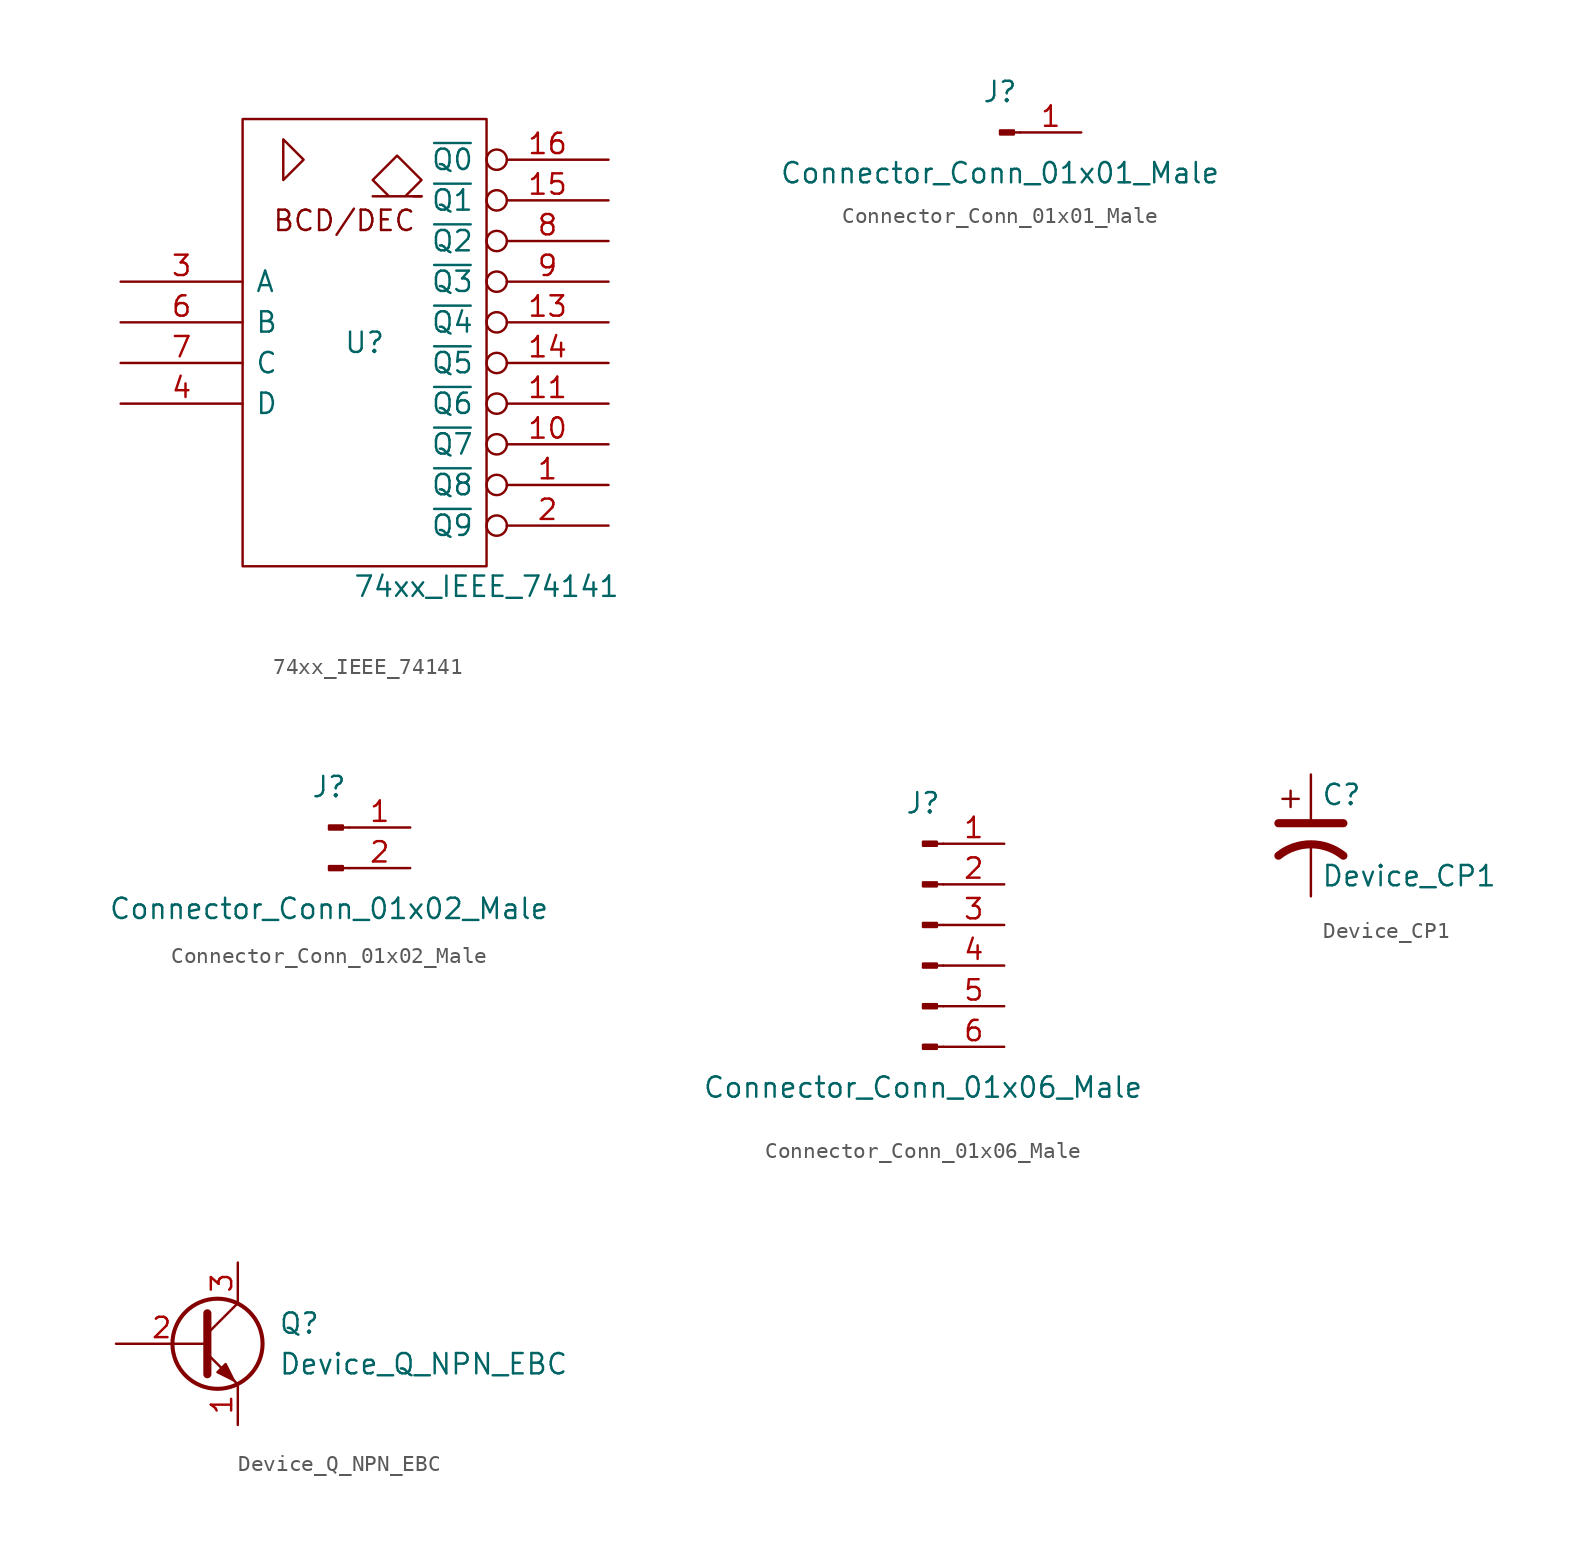
<source format=kicad_sym>
(kicad_symbol_lib
  (version 20220914)
  (generator kicad_symbol_editor)
  (symbol "74xx_IEEE_74141"
    (pin_names
      (offset 0.762))
    (property "Reference" "U"
      (at 0 0 0)
      (effects (font (size 1.27 1.27))))
    (property "Value" "74xx_IEEE_74141"
      (at 7.62 -15.24 0)
      (effects (font (size 1.27 1.27))))
    (symbol "74xx_IEEE_74141_0_0"
      (polyline (pts (xy 3.556 9.144) (xy 3.048 9.144) (xy 3.048 9.144)) (stroke (width 0) (type solid)) (fill (type none)))
      (polyline (pts (xy -5.08 12.7) (xy -5.08 10.16) (xy -3.81 11.43) (xy -5.08 12.7) (xy -5.08 12.7)) (stroke (width 0) (type solid)) (fill (type none)))
      (polyline (pts (xy 2.54 9.144) (xy 3.556 10.16) (xy 2.032 11.684) (xy 0.508 10.16) (xy 1.524 9.144) (xy 0.508 9.144) (xy 3.556 9.144)) (stroke (width 0) (type solid)) (fill (type none)))
      (text "BCD/DEC" (at -1.27 7.62 0) (effects (font (size 1.27 1.27))))
      (pin power_in line (at 0 -13.97 90) (length 0) hide (name "GND" (effects (font (size 1.27 1.27)))) (number "12" (effects (font (size 1.27 1.27)))))
      (pin power_in line (at 0 13.97 270) (length 0) hide (name "VCC" (effects (font (size 1.27 1.27)))) (number "5" (effects (font (size 1.27 1.27))))))
    (symbol "74xx_IEEE_74141_0_1"
      (rectangle (start -7.62 13.97) (end 7.62 -13.97) (stroke (width 0) (type solid)) (fill (type none))))
    (symbol "74xx_IEEE_74141_1_1"
      (pin open_collector inverted (at 15.24 -8.89 180) (length 7.62) (name "~{Q8}" (effects (font (size 1.27 1.27)))) (number "1" (effects (font (size 1.27 1.27)))))
      (pin open_collector inverted (at 15.24 -6.35 180) (length 7.62) (name "~{Q7}" (effects (font (size 1.27 1.27)))) (number "10" (effects (font (size 1.27 1.27)))))
      (pin open_collector inverted (at 15.24 -3.81 180) (length 7.62) (name "~{Q6}" (effects (font (size 1.27 1.27)))) (number "11" (effects (font (size 1.27 1.27)))))
      (pin open_collector inverted (at 15.24 1.27 180) (length 7.62) (name "~{Q4}" (effects (font (size 1.27 1.27)))) (number "13" (effects (font (size 1.27 1.27)))))
      (pin open_collector inverted (at 15.24 -1.27 180) (length 7.62) (name "~{Q5}" (effects (font (size 1.27 1.27)))) (number "14" (effects (font (size 1.27 1.27)))))
      (pin open_collector inverted (at 15.24 8.89 180) (length 7.62) (name "~{Q1}" (effects (font (size 1.27 1.27)))) (number "15" (effects (font (size 1.27 1.27)))))
      (pin open_collector inverted (at 15.24 11.43 180) (length 7.62) (name "~{Q0}" (effects (font (size 1.27 1.27)))) (number "16" (effects (font (size 1.27 1.27)))))
      (pin open_collector inverted (at 15.24 -11.43 180) (length 7.62) (name "~{Q9}" (effects (font (size 1.27 1.27)))) (number "2" (effects (font (size 1.27 1.27)))))
      (pin input line (at -15.24 3.81 0) (length 7.62) (name "A" (effects (font (size 1.27 1.27)))) (number "3" (effects (font (size 1.27 1.27)))))
      (pin input line (at -15.24 -3.81 0) (length 7.62) (name "D" (effects (font (size 1.27 1.27)))) (number "4" (effects (font (size 1.27 1.27)))))
      (pin input line (at -15.24 1.27 0) (length 7.62) (name "B" (effects (font (size 1.27 1.27)))) (number "6" (effects (font (size 1.27 1.27)))))
      (pin input line (at -15.24 -1.27 0) (length 7.62) (name "C" (effects (font (size 1.27 1.27)))) (number "7" (effects (font (size 1.27 1.27)))))
      (pin open_collector inverted (at 15.24 6.35 180) (length 7.62) (name "~{Q2}" (effects (font (size 1.27 1.27)))) (number "8" (effects (font (size 1.27 1.27)))))
      (pin open_collector inverted (at 15.24 3.81 180) (length 7.62) (name "~{Q3}" (effects (font (size 1.27 1.27)))) (number "9" (effects (font (size 1.27 1.27)))))))
  (symbol "Connector_Conn_01x01_Male"
    (pin_names
      (offset 1.016) hide)
    (property "Reference" "J"
      (at 0 2.54 0)
      (effects (font (size 1.27 1.27))))
    (property "Value" "Connector_Conn_01x01_Male"
      (at 0 -2.54 0)
      (effects (font (size 1.27 1.27))))
    (symbol "Connector_Conn_01x01_Male_1_1"
      (polyline (pts (xy 1.27 0) (xy 0.864 0)) (stroke (width 0.152) (type solid)) (fill (type none)))
      (rectangle (start 0.864 0.127) (end 0 -0.127) (stroke (width 0.152) (type solid)) (fill (type outline)))
      (pin passive line (at 5.08 0 180) (length 3.81) (name "Pin_1" (effects (font (size 1.27 1.27)))) (number "1" (effects (font (size 1.27 1.27)))))))
  (symbol "Connector_Conn_01x02_Male"
    (pin_names
      (offset 1.016) hide)
    (property "Reference" "J"
      (at 0 2.54 0)
      (effects (font (size 1.27 1.27))))
    (property "Value" "Connector_Conn_01x02_Male"
      (at 0 -5.08 0)
      (effects (font (size 1.27 1.27))))
    (symbol "Connector_Conn_01x02_Male_1_1"
      (polyline (pts (xy 1.27 -2.54) (xy 0.864 -2.54)) (stroke (width 0.152) (type solid)) (fill (type none)))
      (polyline (pts (xy 1.27 0) (xy 0.864 0)) (stroke (width 0.152) (type solid)) (fill (type none)))
      (rectangle (start 0.864 -2.413) (end 0 -2.667) (stroke (width 0.152) (type solid)) (fill (type outline)))
      (rectangle (start 0.864 0.127) (end 0 -0.127) (stroke (width 0.152) (type solid)) (fill (type outline)))
      (pin passive line (at 5.08 0 180) (length 3.81) (name "Pin_1" (effects (font (size 1.27 1.27)))) (number "1" (effects (font (size 1.27 1.27)))))
      (pin passive line (at 5.08 -2.54 180) (length 3.81) (name "Pin_2" (effects (font (size 1.27 1.27)))) (number "2" (effects (font (size 1.27 1.27)))))))
  (symbol "Connector_Conn_01x06_Male"
    (pin_names
      (offset 1.016) hide)
    (property "Reference" "J"
      (at 0 7.62 0)
      (effects (font (size 1.27 1.27))))
    (property "Value" "Connector_Conn_01x06_Male"
      (at 0 -10.16 0)
      (effects (font (size 1.27 1.27))))
    (symbol "Connector_Conn_01x06_Male_1_1"
      (polyline (pts (xy 1.27 -7.62) (xy 0.864 -7.62)) (stroke (width 0.152) (type solid)) (fill (type none)))
      (polyline (pts (xy 1.27 -5.08) (xy 0.864 -5.08)) (stroke (width 0.152) (type solid)) (fill (type none)))
      (polyline (pts (xy 1.27 -2.54) (xy 0.864 -2.54)) (stroke (width 0.152) (type solid)) (fill (type none)))
      (polyline (pts (xy 1.27 0) (xy 0.864 0)) (stroke (width 0.152) (type solid)) (fill (type none)))
      (polyline (pts (xy 1.27 2.54) (xy 0.864 2.54)) (stroke (width 0.152) (type solid)) (fill (type none)))
      (polyline (pts (xy 1.27 5.08) (xy 0.864 5.08)) (stroke (width 0.152) (type solid)) (fill (type none)))
      (rectangle (start 0.864 -7.493) (end 0 -7.747) (stroke (width 0.152) (type solid)) (fill (type outline)))
      (rectangle (start 0.864 -4.953) (end 0 -5.207) (stroke (width 0.152) (type solid)) (fill (type outline)))
      (rectangle (start 0.864 -2.413) (end 0 -2.667) (stroke (width 0.152) (type solid)) (fill (type outline)))
      (rectangle (start 0.864 0.127) (end 0 -0.127) (stroke (width 0.152) (type solid)) (fill (type outline)))
      (rectangle (start 0.864 2.667) (end 0 2.413) (stroke (width 0.152) (type solid)) (fill (type outline)))
      (rectangle (start 0.864 5.207) (end 0 4.953) (stroke (width 0.152) (type solid)) (fill (type outline)))
      (pin passive line (at 5.08 5.08 180) (length 3.81) (name "Pin_1" (effects (font (size 1.27 1.27)))) (number "1" (effects (font (size 1.27 1.27)))))
      (pin passive line (at 5.08 2.54 180) (length 3.81) (name "Pin_2" (effects (font (size 1.27 1.27)))) (number "2" (effects (font (size 1.27 1.27)))))
      (pin passive line (at 5.08 0 180) (length 3.81) (name "Pin_3" (effects (font (size 1.27 1.27)))) (number "3" (effects (font (size 1.27 1.27)))))
      (pin passive line (at 5.08 -2.54 180) (length 3.81) (name "Pin_4" (effects (font (size 1.27 1.27)))) (number "4" (effects (font (size 1.27 1.27)))))
      (pin passive line (at 5.08 -5.08 180) (length 3.81) (name "Pin_5" (effects (font (size 1.27 1.27)))) (number "5" (effects (font (size 1.27 1.27)))))
      (pin passive line (at 5.08 -7.62 180) (length 3.81) (name "Pin_6" (effects (font (size 1.27 1.27)))) (number "6" (effects (font (size 1.27 1.27)))))))
  (symbol "Device_CP1"
    (pin_numbers hide)
    (pin_names
      (offset 0.254) hide)
    (property "Reference" "C"
      (at 0.635 2.54 0)
      (effects (font (size 1.27 1.27)) (justify left)))
    (property "Value" "Device_CP1"
      (at 0.635 -2.54 0)
      (effects (font (size 1.27 1.27)) (justify left)))
    (symbol "Device_CP1_0_1"
      (polyline (pts (xy -2.032 0.762) (xy 2.032 0.762)) (stroke (width 0.508) (type solid)) (fill (type none)))
      (polyline (pts (xy -1.778 2.286) (xy -0.762 2.286)) (stroke (width 0) (type solid)) (fill (type none)))
      (polyline (pts (xy -1.27 1.778) (xy -1.27 2.794)) (stroke (width 0) (type solid)) (fill (type none)))
      (arc (start 2.032 -1.27) (mid 0 -0.5572) (end -2.032 -1.27) (stroke (width 0.508) (type solid)) (fill (type none))))
    (symbol "Device_CP1_1_1"
      (pin passive line (at 0 3.81 270) (length 2.794) (name "~" (effects (font (size 1.27 1.27)))) (number "1" (effects (font (size 1.27 1.27)))))
      (pin passive line (at 0 -3.81 90) (length 3.302) (name "~" (effects (font (size 1.27 1.27)))) (number "2" (effects (font (size 1.27 1.27)))))))
  (symbol "Device_Q_NPN_EBC"
    (pin_names
      (offset 0) hide)
    (property "Reference" "Q"
      (at 5.08 1.27 0)
      (effects (font (size 1.27 1.27)) (justify left)))
    (property "Value" "Device_Q_NPN_EBC"
      (at 5.08 -1.27 0)
      (effects (font (size 1.27 1.27)) (justify left)))
    (symbol "Device_Q_NPN_EBC_0_1"
      (polyline (pts (xy 0.635 0.635) (xy 2.54 2.54)) (stroke (width 0) (type solid)) (fill (type none)))
      (polyline (pts (xy 0.635 -0.635) (xy 2.54 -2.54) (xy 2.54 -2.54)) (stroke (width 0) (type solid)) (fill (type none)))
      (polyline (pts (xy 0.635 1.905) (xy 0.635 -1.905) (xy 0.635 -1.905)) (stroke (width 0.508) (type solid)) (fill (type none)))
      (polyline (pts (xy 1.27 -1.778) (xy 1.778 -1.27) (xy 2.286 -2.286) (xy 1.27 -1.778) (xy 1.27 -1.778)) (stroke (width 0) (type solid)) (fill (type outline)))
      (circle (center 1.27 0) (radius 2.819) (stroke (width 0.254) (type solid)) (fill (type none))))
    (symbol "Device_Q_NPN_EBC_1_1"
      (pin passive line (at 2.54 -5.08 90) (length 2.54) (name "E" (effects (font (size 1.27 1.27)))) (number "1" (effects (font (size 1.27 1.27)))))
      (pin passive line (at -5.08 0 0) (length 5.715) (name "B" (effects (font (size 1.27 1.27)))) (number "2" (effects (font (size 1.27 1.27)))))
      (pin passive line (at 2.54 5.08 270) (length 2.54) (name "C" (effects (font (size 1.27 1.27)))) (number "3" (effects (font (size 1.27 1.27))))))))
</source>
